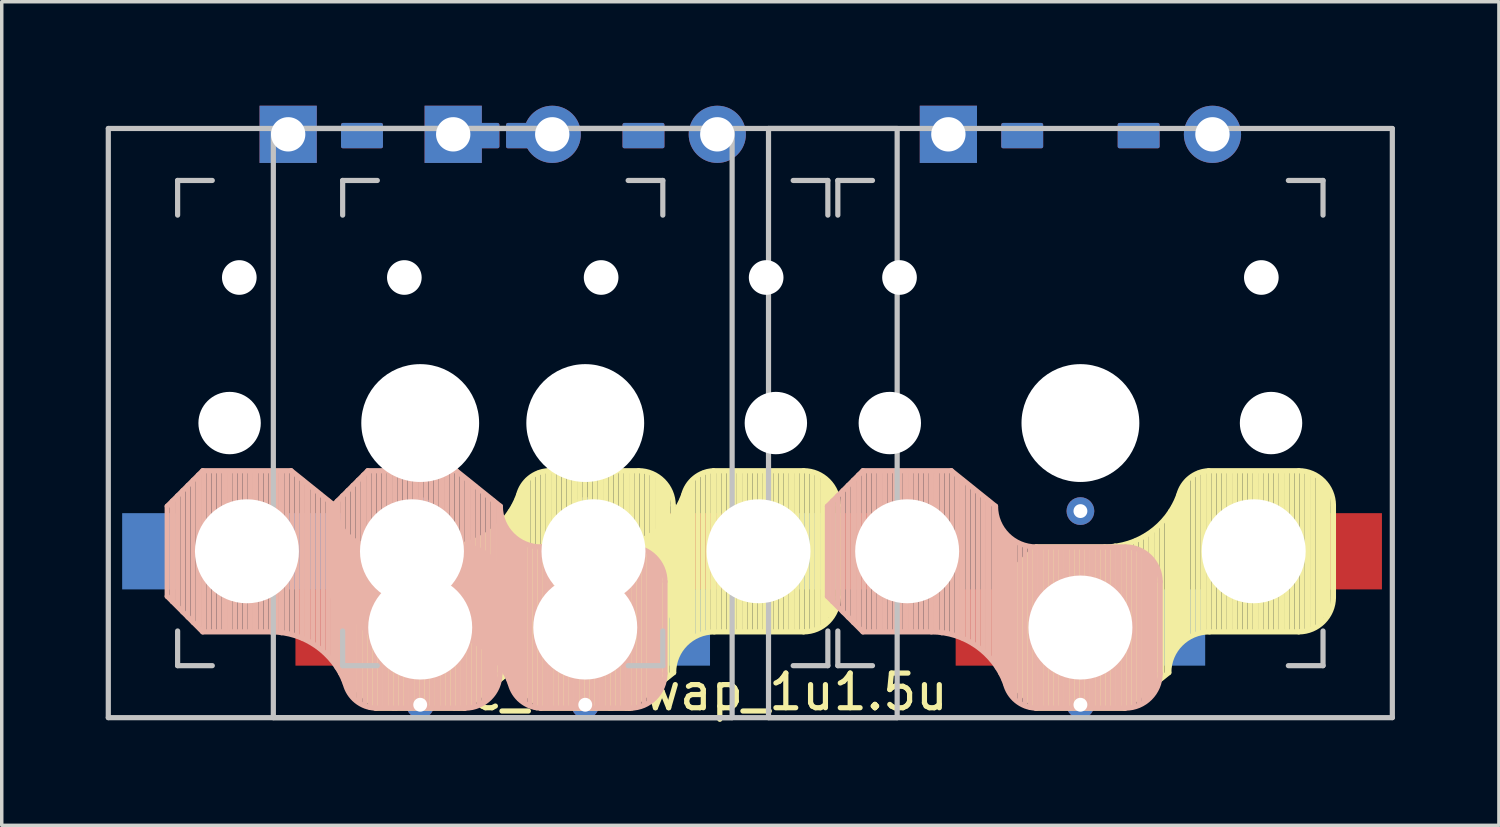
<source format=kicad_pcb>
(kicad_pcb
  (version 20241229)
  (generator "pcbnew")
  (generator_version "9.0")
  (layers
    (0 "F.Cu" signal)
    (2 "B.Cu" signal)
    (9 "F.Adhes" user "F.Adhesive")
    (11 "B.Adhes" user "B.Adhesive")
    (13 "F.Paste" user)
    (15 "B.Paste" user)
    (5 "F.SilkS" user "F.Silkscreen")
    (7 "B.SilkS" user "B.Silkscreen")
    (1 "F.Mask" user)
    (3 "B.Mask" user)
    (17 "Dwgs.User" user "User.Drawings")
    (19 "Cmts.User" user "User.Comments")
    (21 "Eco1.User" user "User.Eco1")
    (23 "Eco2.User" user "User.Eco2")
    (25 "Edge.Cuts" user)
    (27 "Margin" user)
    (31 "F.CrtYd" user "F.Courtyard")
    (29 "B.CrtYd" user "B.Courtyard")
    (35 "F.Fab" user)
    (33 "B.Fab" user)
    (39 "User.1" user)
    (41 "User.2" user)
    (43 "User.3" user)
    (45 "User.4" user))
  (footprint "Choc_Hotswap_1u1.5u"
    (layer "F.Cu")
    (at 13.837 9.157)
    (property "Reference" "Choc_Hotswap_1u1.5u" (at 2.192 7.759 0) (layer "F.SilkS") (effects (font (size 1 1) (thickness 0.15))))
    (attr through_hole)
    (fp_line (start -7.062 4.6) (end -6.037 3.575) (stroke (width 0.15) (type solid)) (layer "F.SilkS"))
    (fp_line (start -7.062 7.2) (end -7.062 4.6) (stroke (width 0.15) (type solid)) (layer "F.SilkS"))
    (fp_line (start -7.062 7.2) (end -6.037 8.225) (stroke (width 0.15) (type solid)) (layer "F.SilkS"))
    (fp_line (start -6.912 4.45) (end -6.912 7.35) (stroke (width 0.15) (type solid)) (layer "F.SilkS"))
    (fp_line (start -6.762 4.35) (end -6.762 7.5) (stroke (width 0.15) (type solid)) (layer "F.SilkS"))
    (fp_line (start -6.612 4.15) (end -6.612 7.65) (stroke (width 0.15) (type solid)) (layer "F.SilkS"))
    (fp_line (start -6.462 4) (end -6.462 7.8) (stroke (width 0.15) (type solid)) (layer "F.SilkS"))
    (fp_line (start -6.312 3.85) (end -6.312 7.95) (stroke (width 0.15) (type solid)) (layer "F.SilkS"))
    (fp_line (start -6.162 3.75) (end -6.162 8.1) (stroke (width 0.15) (type solid)) (layer "F.SilkS"))
    (fp_line (start -6.012 3.6) (end -6.012 8.2) (stroke (width 0.15) (type solid)) (layer "F.SilkS"))
    (fp_line (start -5.862 3.6) (end -5.862 8.2) (stroke (width 0.15) (type solid)) (layer "F.SilkS"))
    (fp_line (start -5.712 3.6) (end -5.712 8.2) (stroke (width 0.15) (type solid)) (layer "F.SilkS"))
    (fp_line (start -5.562 3.6) (end -5.562 8.2) (stroke (width 0.15) (type solid)) (layer "F.SilkS"))
    (fp_line (start -5.412 3.6) (end -5.412 8.2) (stroke (width 0.15) (type solid)) (layer "F.SilkS"))
    (fp_line (start -5.262 3.6) (end -5.262 8.2) (stroke (width 0.15) (type solid)) (layer "F.SilkS"))
    (fp_line (start -5.112 3.6) (end -5.112 8.2) (stroke (width 0.15) (type solid)) (layer "F.SilkS"))
    (fp_line (start -4.962 3.6) (end -4.962 8.2) (stroke (width 0.15) (type solid)) (layer "F.SilkS"))
    (fp_line (start -4.812 3.6) (end -4.812 8.2) (stroke (width 0.15) (type solid)) (layer "F.SilkS"))
    (fp_line (start -4.662 3.6) (end -4.662 8.2) (stroke (width 0.15) (type solid)) (layer "F.SilkS"))
    (fp_line (start -4.512 3.6) (end -4.512 8.2) (stroke (width 0.15) (type solid)) (layer "F.SilkS"))
    (fp_line (start -4.362 3.6) (end -4.362 8.2) (stroke (width 0.15) (type solid)) (layer "F.SilkS"))
    (fp_line (start -4.212 3.6) (end -4.212 8.2) (stroke (width 0.15) (type solid)) (layer "F.SilkS"))
    (fp_line (start -4.062 3.575) (end -6.037 3.575) (stroke (width 0.15) (type solid)) (layer "F.SilkS"))
    (fp_line (start -4.062 3.6) (end -4.062 8.2) (stroke (width 0.15) (type solid)) (layer "F.SilkS"))
    (fp_line (start -3.912 3.6) (end -3.912 8.15) (stroke (width 0.15) (type solid)) (layer "F.SilkS"))
    (fp_line (start -3.762 3.55) (end -3.762 8.2) (stroke (width 0.15) (type solid)) (layer "F.SilkS"))
    (fp_line (start -3.612 3.55) (end -3.612 8.2) (stroke (width 0.15) (type solid)) (layer "F.SilkS"))
    (fp_line (start -3.487 8.225) (end -6.037 8.225) (stroke (width 0.15) (type solid)) (layer "F.SilkS"))
    (fp_line (start -3.487 8.225) (end -2.212 7.2) (stroke (width 0.15) (type solid)) (layer "F.SilkS"))
    (fp_line (start -3.462 3.55) (end -3.462 8.15) (stroke (width 0.15) (type solid)) (layer "F.SilkS"))
    (fp_line (start -3.312 3.5) (end -3.312 8.05) (stroke (width 0.15) (type solid)) (layer "F.SilkS"))
    (fp_line (start -3.162 3.4) (end -3.162 7.95) (stroke (width 0.15) (type solid)) (layer "F.SilkS"))
    (fp_line (start -3.012 3.35) (end -3.012 7.8) (stroke (width 0.15) (type solid)) (layer "F.SilkS"))
    (fp_line (start -2.862 3.25) (end -2.862 7.7) (stroke (width 0.15) (type solid)) (layer "F.SilkS"))
    (fp_line (start -2.712 3.15) (end -2.712 7.55) (stroke (width 0.15) (type solid)) (layer "F.SilkS"))
    (fp_line (start -2.562 3.05) (end -2.562 7.45) (stroke (width 0.15) (type solid)) (layer "F.SilkS"))
    (fp_line (start -2.412 2.9) (end -2.412 7.35) (stroke (width 0.15) (type solid)) (layer "F.SilkS"))
    (fp_line (start -2.3 4.6) (end -1.275 3.575) (stroke (width 0.15) (type solid)) (layer "F.SilkS"))
    (fp_line (start -2.3 7.2) (end -2.3 4.6) (stroke (width 0.15) (type solid)) (layer "F.SilkS"))
    (fp_line (start -2.3 7.2) (end -1.275 8.225) (stroke (width 0.15) (type solid)) (layer "F.SilkS"))
    (fp_line (start -2.262 2.75) (end -2.262 7.2) (stroke (width 0.15) (type solid)) (layer "F.SilkS"))
    (fp_line (start -2.162 2.55) (end -2.162 6.7) (stroke (width 0.15) (type solid)) (layer "F.SilkS"))
    (fp_line (start -2.15 4.45) (end -2.15 7.35) (stroke (width 0.15) (type solid)) (layer "F.SilkS"))
    (fp_line (start -2.062 2.4) (end -2.062 6.55) (stroke (width 0.15) (type solid)) (layer "F.SilkS"))
    (fp_line (start -2 4.35) (end -2 7.5) (stroke (width 0.15) (type solid)) (layer "F.SilkS"))
    (fp_line (start -1.962 2.2) (end -1.962 6.35) (stroke (width 0.15) (type solid)) (layer "F.SilkS"))
    (fp_line (start -1.862 2.05) (end -1.862 6.25) (stroke (width 0.15) (type solid)) (layer "F.SilkS"))
    (fp_line (start -1.85 4.15) (end -1.85 7.65) (stroke (width 0.15) (type solid)) (layer "F.SilkS"))
    (fp_line (start -1.762 1.8) (end -1.762 6.2) (stroke (width 0.15) (type solid)) (layer "F.SilkS"))
    (fp_line (start -1.7 4) (end -1.7 7.8) (stroke (width 0.15) (type solid)) (layer "F.SilkS"))
    (fp_line (start -1.662 1.65) (end -1.662 6.15) (stroke (width 0.15) (type solid)) (layer "F.SilkS"))
    (fp_line (start -1.55 3.85) (end -1.55 7.95) (stroke (width 0.15) (type solid)) (layer "F.SilkS"))
    (fp_line (start -1.512 1.55) (end -1.512 6.1) (stroke (width 0.15) (type solid)) (layer "F.SilkS"))
    (fp_line (start -1.4 3.75) (end -1.4 8.1) (stroke (width 0.15) (type solid)) (layer "F.SilkS"))
    (fp_line (start -1.362 1.45) (end -1.362 6) (stroke (width 0.15) (type solid)) (layer "F.SilkS"))
    (fp_line (start -1.25 3.6) (end -1.25 8.2) (stroke (width 0.15) (type solid)) (layer "F.SilkS"))
    (fp_line (start -1.212 1.4) (end -1.212 6) (stroke (width 0.15) (type solid)) (layer "F.SilkS"))
    (fp_line (start -1.1 3.6) (end -1.1 8.2) (stroke (width 0.15) (type solid)) (layer "F.SilkS"))
    (fp_line (start -1.062 1.4) (end -1.062 6) (stroke (width 0.15) (type solid)) (layer "F.SilkS"))
    (fp_line (start -0.95 3.6) (end -0.95 8.2) (stroke (width 0.15) (type solid)) (layer "F.SilkS"))
    (fp_line (start -0.912 1.4) (end -0.912 5.95) (stroke (width 0.15) (type solid)) (layer "F.SilkS"))
    (fp_line (start -0.8 3.6) (end -0.8 8.2) (stroke (width 0.15) (type solid)) (layer "F.SilkS"))
    (fp_line (start -0.762 1.4) (end -0.762 6) (stroke (width 0.15) (type solid)) (layer "F.SilkS"))
    (fp_line (start -0.65 3.6) (end -0.65 8.2) (stroke (width 0.15) (type solid)) (layer "F.SilkS"))
    (fp_line (start -0.612 1.4) (end -0.612 6) (stroke (width 0.15) (type solid)) (layer "F.SilkS"))
    (fp_line (start -0.5 3.6) (end -0.5 8.2) (stroke (width 0.15) (type solid)) (layer "F.SilkS"))
    (fp_line (start -0.462 1.4) (end -0.462 6) (stroke (width 0.15) (type solid)) (layer "F.SilkS"))
    (fp_line (start -0.35 3.6) (end -0.35 8.2) (stroke (width 0.15) (type solid)) (layer "F.SilkS"))
    (fp_line (start -0.312 1.4) (end -0.312 6) (stroke (width 0.15) (type solid)) (layer "F.SilkS"))
    (fp_line (start -0.2 3.6) (end -0.2 8.2) (stroke (width 0.15) (type solid)) (layer "F.SilkS"))
    (fp_line (start -0.162 1.4) (end -0.162 6) (stroke (width 0.15) (type solid)) (layer "F.SilkS"))
    (fp_line (start -0.05 3.6) (end -0.05 8.2) (stroke (width 0.15) (type solid)) (layer "F.SilkS"))
    (fp_line (start -0.012 1.4) (end -0.012 6) (stroke (width 0.15) (type solid)) (layer "F.SilkS"))
    (fp_line (start 0.1 3.6) (end 0.1 8.2) (stroke (width 0.15) (type solid)) (layer "F.SilkS"))
    (fp_line (start 0.138 1.4) (end 0.138 6) (stroke (width 0.15) (type solid)) (layer "F.SilkS"))
    (fp_line (start 0.25 3.6) (end 0.25 8.2) (stroke (width 0.15) (type solid)) (layer "F.SilkS"))
    (fp_line (start 0.288 1.4) (end 0.288 6) (stroke (width 0.15) (type solid)) (layer "F.SilkS"))
    (fp_line (start 0.4 3.6) (end 0.4 8.2) (stroke (width 0.15) (type solid)) (layer "F.SilkS"))
    (fp_line (start 0.438 1.4) (end 0.438 6) (stroke (width 0.15) (type solid)) (layer "F.SilkS"))
    (fp_line (start 0.55 3.6) (end 0.55 8.2) (stroke (width 0.15) (type solid)) (layer "F.SilkS"))
    (fp_line (start 0.588 1.4) (end 0.588 6) (stroke (width 0.15) (type solid)) (layer "F.SilkS"))
    (fp_line (start 0.7 3.575) (end -1.275 3.575) (stroke (width 0.15) (type solid)) (layer "F.SilkS"))
    (fp_line (start 0.7 3.6) (end 0.7 8.2) (stroke (width 0.15) (type solid)) (layer "F.SilkS"))
    (fp_line (start 0.738 1.4) (end 0.738 6) (stroke (width 0.15) (type solid)) (layer "F.SilkS"))
    (fp_line (start 0.85 3.6) (end 0.85 8.15) (stroke (width 0.15) (type solid)) (layer "F.SilkS"))
    (fp_line (start 0.888 1.4) (end 0.888 6) (stroke (width 0.15) (type solid)) (layer "F.SilkS"))
    (fp_line (start 1 3.55) (end 1 8.2) (stroke (width 0.15) (type solid)) (layer "F.SilkS"))
    (fp_line (start 1.038 1.4) (end 1.038 6) (stroke (width 0.15) (type solid)) (layer "F.SilkS"))
    (fp_line (start 1.15 3.55) (end 1.15 8.2) (stroke (width 0.15) (type solid)) (layer "F.SilkS"))
    (fp_line (start 1.188 1.4) (end 1.188 6) (stroke (width 0.15) (type solid)) (layer "F.SilkS"))
    (fp_line (start 1.275 8.225) (end -1.275 8.225) (stroke (width 0.15) (type solid)) (layer "F.SilkS"))
    (fp_line (start 1.275 8.225) (end 2.55 7.2) (stroke (width 0.15) (type solid)) (layer "F.SilkS"))
    (fp_line (start 1.3 3.55) (end 1.3 8.15) (stroke (width 0.15) (type solid)) (layer "F.SilkS"))
    (fp_line (start 1.338 1.4) (end 1.338 6) (stroke (width 0.15) (type solid)) (layer "F.SilkS"))
    (fp_line (start 1.45 3.5) (end 1.45 8.05) (stroke (width 0.15) (type solid)) (layer "F.SilkS"))
    (fp_line (start 1.488 1.4) (end 1.488 6) (stroke (width 0.15) (type solid)) (layer "F.SilkS"))
    (fp_line (start 1.538 1.375) (end -1.062 1.375) (stroke (width 0.15) (type solid)) (layer "F.SilkS"))
    (fp_line (start 1.538 6.025) (end -1.037 6.025) (stroke (width 0.15) (type solid)) (layer "F.SilkS"))
    (fp_line (start 1.6 3.4) (end 1.6 7.95) (stroke (width 0.15) (type solid)) (layer "F.SilkS"))
    (fp_line (start 1.638 1.4) (end 1.638 5.95) (stroke (width 0.15) (type solid)) (layer "F.SilkS"))
    (fp_line (start 1.75 3.35) (end 1.75 7.8) (stroke (width 0.15) (type solid)) (layer "F.SilkS"))
    (fp_line (start 1.788 1.45) (end 1.788 5.95) (stroke (width 0.15) (type solid)) (layer "F.SilkS"))
    (fp_line (start 1.9 3.25) (end 1.9 7.7) (stroke (width 0.15) (type solid)) (layer "F.SilkS"))
    (fp_line (start 1.938 1.5) (end 1.938 5.9) (stroke (width 0.15) (type solid)) (layer "F.SilkS"))
    (fp_line (start 2.05 3.15) (end 2.05 7.55) (stroke (width 0.15) (type solid)) (layer "F.SilkS"))
    (fp_line (start 2.088 1.6) (end 2.088 5.8) (stroke (width 0.15) (type solid)) (layer "F.SilkS"))
    (fp_line (start 2.188 1.7) (end 2.188 5.65) (stroke (width 0.15) (type solid)) (layer "F.SilkS"))
    (fp_line (start 2.2 3.05) (end 2.2 7.45) (stroke (width 0.15) (type solid)) (layer "F.SilkS"))
    (fp_line (start 2.288 1.8) (end 2.288 5.55) (stroke (width 0.15) (type solid)) (layer "F.SilkS"))
    (fp_line (start 2.35 2.9) (end 2.35 7.35) (stroke (width 0.15) (type solid)) (layer "F.SilkS"))
    (fp_line (start 2.388 1.95) (end 2.388 5.5) (stroke (width 0.15) (type solid)) (layer "F.SilkS"))
    (fp_line (start 2.5 2.75) (end 2.5 7.2) (stroke (width 0.15) (type solid)) (layer "F.SilkS"))
    (fp_line (start 2.538 5.025) (end 2.538 2.375) (stroke (width 0.15) (type solid)) (layer "F.SilkS"))
    (fp_line (start 2.6 2.55) (end 2.6 6.7) (stroke (width 0.15) (type solid)) (layer "F.SilkS"))
    (fp_line (start 2.7 2.4) (end 2.7 6.55) (stroke (width 0.15) (type solid)) (layer "F.SilkS"))
    (fp_line (start 2.8 2.2) (end 2.8 6.35) (stroke (width 0.15) (type solid)) (layer "F.SilkS"))
    (fp_line (start 2.9 2.05) (end 2.9 6.25) (stroke (width 0.15) (type solid)) (layer "F.SilkS"))
    (fp_line (start 3 1.8) (end 3 6.2) (stroke (width 0.15) (type solid)) (layer "F.SilkS"))
    (fp_line (start 3.1 1.65) (end 3.1 6.15) (stroke (width 0.15) (type solid)) (layer "F.SilkS"))
    (fp_line (start 3.25 1.55) (end 3.25 6.1) (stroke (width 0.15) (type solid)) (layer "F.SilkS"))
    (fp_line (start 3.4 1.45) (end 3.4 6) (stroke (width 0.15) (type solid)) (layer "F.SilkS"))
    (fp_line (start 3.55 1.4) (end 3.55 6) (stroke (width 0.15) (type solid)) (layer "F.SilkS"))
    (fp_line (start 3.7 1.4) (end 3.7 6) (stroke (width 0.15) (type solid)) (layer "F.SilkS"))
    (fp_line (start 3.85 1.4) (end 3.85 5.95) (stroke (width 0.15) (type solid)) (layer "F.SilkS"))
    (fp_line (start 4 1.4) (end 4 6) (stroke (width 0.15) (type solid)) (layer "F.SilkS"))
    (fp_line (start 4.15 1.4) (end 4.15 6) (stroke (width 0.15) (type solid)) (layer "F.SilkS"))
    (fp_line (start 4.3 1.4) (end 4.3 6) (stroke (width 0.15) (type solid)) (layer "F.SilkS"))
    (fp_line (start 4.45 1.4) (end 4.45 6) (stroke (width 0.15) (type solid)) (layer "F.SilkS"))
    (fp_line (start 4.6 1.4) (end 4.6 6) (stroke (width 0.15) (type solid)) (layer "F.SilkS"))
    (fp_line (start 4.75 1.4) (end 4.75 6) (stroke (width 0.15) (type solid)) (layer "F.SilkS"))
    (fp_line (start 4.9 1.4) (end 4.9 6) (stroke (width 0.15) (type solid)) (layer "F.SilkS"))
    (fp_line (start 5.05 1.4) (end 5.05 6) (stroke (width 0.15) (type solid)) (layer "F.SilkS"))
    (fp_line (start 5.2 1.4) (end 5.2 6) (stroke (width 0.15) (type solid)) (layer "F.SilkS"))
    (fp_line (start 5.35 1.4) (end 5.35 6) (stroke (width 0.15) (type solid)) (layer "F.SilkS"))
    (fp_line (start 5.5 1.4) (end 5.5 6) (stroke (width 0.15) (type solid)) (layer "F.SilkS"))
    (fp_line (start 5.65 1.4) (end 5.65 6) (stroke (width 0.15) (type solid)) (layer "F.SilkS"))
    (fp_line (start 5.8 1.4) (end 5.8 6) (stroke (width 0.15) (type solid)) (layer "F.SilkS"))
    (fp_line (start 5.95 1.4) (end 5.95 6) (stroke (width 0.15) (type solid)) (layer "F.SilkS"))
    (fp_line (start 6.1 1.4) (end 6.1 6) (stroke (width 0.15) (type solid)) (layer "F.SilkS"))
    (fp_line (start 6.25 1.4) (end 6.25 6) (stroke (width 0.15) (type solid)) (layer "F.SilkS"))
    (fp_line (start 6.3 1.375) (end 3.7 1.375) (stroke (width 0.15) (type solid)) (layer "F.SilkS"))
    (fp_line (start 6.3 6.025) (end 3.725 6.025) (stroke (width 0.15) (type solid)) (layer "F.SilkS"))
    (fp_line (start 6.4 1.4) (end 6.4 5.95) (stroke (width 0.15) (type solid)) (layer "F.SilkS"))
    (fp_line (start 6.55 1.45) (end 6.55 5.95) (stroke (width 0.15) (type solid)) (layer "F.SilkS"))
    (fp_line (start 6.7 1.5) (end 6.7 5.9) (stroke (width 0.15) (type solid)) (layer "F.SilkS"))
    (fp_line (start 6.85 1.6) (end 6.85 5.8) (stroke (width 0.15) (type solid)) (layer "F.SilkS"))
    (fp_line (start 6.95 1.7) (end 6.95 5.65) (stroke (width 0.15) (type solid)) (layer "F.SilkS"))
    (fp_line (start 7.05 1.8) (end 7.05 5.55) (stroke (width 0.15) (type solid)) (layer "F.SilkS"))
    (fp_line (start 7.15 1.95) (end 7.15 5.5) (stroke (width 0.15) (type solid)) (layer "F.SilkS"))
    (fp_line (start 7.3 5.025) (end 7.3 2.375) (stroke (width 0.15) (type solid)) (layer "F.SilkS"))
    (fp_line (start 11.988 4.6) (end 13.013 3.575) (stroke (width 0.15) (type solid)) (layer "F.SilkS"))
    (fp_line (start 11.988 7.2) (end 11.988 4.6) (stroke (width 0.15) (type solid)) (layer "F.SilkS"))
    (fp_line (start 11.988 7.2) (end 13.013 8.225) (stroke (width 0.15) (type solid)) (layer "F.SilkS"))
    (fp_line (start 12.138 4.45) (end 12.138 7.35) (stroke (width 0.15) (type solid)) (layer "F.SilkS"))
    (fp_line (start 12.288 4.35) (end 12.288 7.5) (stroke (width 0.15) (type solid)) (layer "F.SilkS"))
    (fp_line (start 12.438 4.15) (end 12.438 7.65) (stroke (width 0.15) (type solid)) (layer "F.SilkS"))
    (fp_line (start 12.588 4) (end 12.588 7.8) (stroke (width 0.15) (type solid)) (layer "F.SilkS"))
    (fp_line (start 12.738 3.85) (end 12.738 7.95) (stroke (width 0.15) (type solid)) (layer "F.SilkS"))
    (fp_line (start 12.888 3.75) (end 12.888 8.1) (stroke (width 0.15) (type solid)) (layer "F.SilkS"))
    (fp_line (start 13.038 3.6) (end 13.038 8.2) (stroke (width 0.15) (type solid)) (layer "F.SilkS"))
    (fp_line (start 13.188 3.6) (end 13.188 8.2) (stroke (width 0.15) (type solid)) (layer "F.SilkS"))
    (fp_line (start 13.338 3.6) (end 13.338 8.2) (stroke (width 0.15) (type solid)) (layer "F.SilkS"))
    (fp_line (start 13.488 3.6) (end 13.488 8.2) (stroke (width 0.15) (type solid)) (layer "F.SilkS"))
    (fp_line (start 13.638 3.6) (end 13.638 8.2) (stroke (width 0.15) (type solid)) (layer "F.SilkS"))
    (fp_line (start 13.788 3.6) (end 13.788 8.2) (stroke (width 0.15) (type solid)) (layer "F.SilkS"))
    (fp_line (start 13.938 3.6) (end 13.938 8.2) (stroke (width 0.15) (type solid)) (layer "F.SilkS"))
    (fp_line (start 14.088 3.6) (end 14.088 8.2) (stroke (width 0.15) (type solid)) (layer "F.SilkS"))
    (fp_line (start 14.238 3.6) (end 14.238 8.2) (stroke (width 0.15) (type solid)) (layer "F.SilkS"))
    (fp_line (start 14.388 3.6) (end 14.388 8.2) (stroke (width 0.15) (type solid)) (layer "F.SilkS"))
    (fp_line (start 14.538 3.6) (end 14.538 8.2) (stroke (width 0.15) (type solid)) (layer "F.SilkS"))
    (fp_line (start 14.688 3.6) (end 14.688 8.2) (stroke (width 0.15) (type solid)) (layer "F.SilkS"))
    (fp_line (start 14.838 3.6) (end 14.838 8.2) (stroke (width 0.15) (type solid)) (layer "F.SilkS"))
    (fp_line (start 14.988 3.575) (end 13.013 3.575) (stroke (width 0.15) (type solid)) (layer "F.SilkS"))
    (fp_line (start 14.988 3.6) (end 14.988 8.2) (stroke (width 0.15) (type solid)) (layer "F.SilkS"))
    (fp_line (start 15.138 3.6) (end 15.138 8.15) (stroke (width 0.15) (type solid)) (layer "F.SilkS"))
    (fp_line (start 15.288 3.55) (end 15.288 8.2) (stroke (width 0.15) (type solid)) (layer "F.SilkS"))
    (fp_line (start 15.438 3.55) (end 15.438 8.2) (stroke (width 0.15) (type solid)) (layer "F.SilkS"))
    (fp_line (start 15.563 8.225) (end 13.013 8.225) (stroke (width 0.15) (type solid)) (layer "F.SilkS"))
    (fp_line (start 15.563 8.225) (end 16.838 7.2) (stroke (width 0.15) (type solid)) (layer "F.SilkS"))
    (fp_line (start 15.588 3.55) (end 15.588 8.15) (stroke (width 0.15) (type solid)) (layer "F.SilkS"))
    (fp_line (start 15.738 3.5) (end 15.738 8.05) (stroke (width 0.15) (type solid)) (layer "F.SilkS"))
    (fp_line (start 15.888 3.4) (end 15.888 7.95) (stroke (width 0.15) (type solid)) (layer "F.SilkS"))
    (fp_line (start 16.038 3.35) (end 16.038 7.8) (stroke (width 0.15) (type solid)) (layer "F.SilkS"))
    (fp_line (start 16.188 3.25) (end 16.188 7.7) (stroke (width 0.15) (type solid)) (layer "F.SilkS"))
    (fp_line (start 16.338 3.15) (end 16.338 7.55) (stroke (width 0.15) (type solid)) (layer "F.SilkS"))
    (fp_line (start 16.488 3.05) (end 16.488 7.45) (stroke (width 0.15) (type solid)) (layer "F.SilkS"))
    (fp_line (start 16.638 2.9) (end 16.638 7.35) (stroke (width 0.15) (type solid)) (layer "F.SilkS"))
    (fp_line (start 16.788 2.75) (end 16.788 7.2) (stroke (width 0.15) (type solid)) (layer "F.SilkS"))
    (fp_line (start 16.888 2.55) (end 16.888 6.7) (stroke (width 0.15) (type solid)) (layer "F.SilkS"))
    (fp_line (start 16.988 2.4) (end 16.988 6.55) (stroke (width 0.15) (type solid)) (layer "F.SilkS"))
    (fp_line (start 17.088 2.2) (end 17.088 6.35) (stroke (width 0.15) (type solid)) (layer "F.SilkS"))
    (fp_line (start 17.188 2.05) (end 17.188 6.25) (stroke (width 0.15) (type solid)) (layer "F.SilkS"))
    (fp_line (start 17.288 1.8) (end 17.288 6.2) (stroke (width 0.15) (type solid)) (layer "F.SilkS"))
    (fp_line (start 17.388 1.65) (end 17.388 6.15) (stroke (width 0.15) (type solid)) (layer "F.SilkS"))
    (fp_line (start 17.538 1.55) (end 17.538 6.1) (stroke (width 0.15) (type solid)) (layer "F.SilkS"))
    (fp_line (start 17.688 1.45) (end 17.688 6) (stroke (width 0.15) (type solid)) (layer "F.SilkS"))
    (fp_line (start 17.838 1.4) (end 17.838 6) (stroke (width 0.15) (type solid)) (layer "F.SilkS"))
    (fp_line (start 17.988 1.4) (end 17.988 6) (stroke (width 0.15) (type solid)) (layer "F.SilkS"))
    (fp_line (start 18.138 1.4) (end 18.138 5.95) (stroke (width 0.15) (type solid)) (layer "F.SilkS"))
    (fp_line (start 18.288 1.4) (end 18.288 6) (stroke (width 0.15) (type solid)) (layer "F.SilkS"))
    (fp_line (start 18.438 1.4) (end 18.438 6) (stroke (width 0.15) (type solid)) (layer "F.SilkS"))
    (fp_line (start 18.588 1.4) (end 18.588 6) (stroke (width 0.15) (type solid)) (layer "F.SilkS"))
    (fp_line (start 18.738 1.4) (end 18.738 6) (stroke (width 0.15) (type solid)) (layer "F.SilkS"))
    (fp_line (start 18.888 1.4) (end 18.888 6) (stroke (width 0.15) (type solid)) (layer "F.SilkS"))
    (fp_line (start 19.038 1.4) (end 19.038 6) (stroke (width 0.15) (type solid)) (layer "F.SilkS"))
    (fp_line (start 19.188 1.4) (end 19.188 6) (stroke (width 0.15) (type solid)) (layer "F.SilkS"))
    (fp_line (start 19.338 1.4) (end 19.338 6) (stroke (width 0.15) (type solid)) (layer "F.SilkS"))
    (fp_line (start 19.488 1.4) (end 19.488 6) (stroke (width 0.15) (type solid)) (layer "F.SilkS"))
    (fp_line (start 19.638 1.4) (end 19.638 6) (stroke (width 0.15) (type solid)) (layer "F.SilkS"))
    (fp_line (start 19.788 1.4) (end 19.788 6) (stroke (width 0.15) (type solid)) (layer "F.SilkS"))
    (fp_line (start 19.938 1.4) (end 19.938 6) (stroke (width 0.15) (type solid)) (layer "F.SilkS"))
    (fp_line (start 20.088 1.4) (end 20.088 6) (stroke (width 0.15) (type solid)) (layer "F.SilkS"))
    (fp_line (start 20.238 1.4) (end 20.238 6) (stroke (width 0.15) (type solid)) (layer "F.SilkS"))
    (fp_line (start 20.388 1.4) (end 20.388 6) (stroke (width 0.15) (type solid)) (layer "F.SilkS"))
    (fp_line (start 20.538 1.4) (end 20.538 6) (stroke (width 0.15) (type solid)) (layer "F.SilkS"))
    (fp_line (start 20.588 1.375) (end 17.988 1.375) (stroke (width 0.15) (type solid)) (layer "F.SilkS"))
    (fp_line (start 20.588 6.025) (end 18.013 6.025) (stroke (width 0.15) (type solid)) (layer "F.SilkS"))
    (fp_line (start 20.688 1.4) (end 20.688 5.95) (stroke (width 0.15) (type solid)) (layer "F.SilkS"))
    (fp_line (start 20.838 1.45) (end 20.838 5.95) (stroke (width 0.15) (type solid)) (layer "F.SilkS"))
    (fp_line (start 20.988 1.5) (end 20.988 5.9) (stroke (width 0.15) (type solid)) (layer "F.SilkS"))
    (fp_line (start 21.138 1.6) (end 21.138 5.8) (stroke (width 0.15) (type solid)) (layer "F.SilkS"))
    (fp_line (start 21.238 1.7) (end 21.238 5.65) (stroke (width 0.15) (type solid)) (layer "F.SilkS"))
    (fp_line (start 21.338 1.8) (end 21.338 5.55) (stroke (width 0.15) (type solid)) (layer "F.SilkS"))
    (fp_line (start 21.438 1.95) (end 21.438 5.5) (stroke (width 0.15) (type solid)) (layer "F.SilkS"))
    (fp_line (start 21.588 5.025) (end 21.588 2.375) (stroke (width 0.15) (type solid)) (layer "F.SilkS"))
    (fp_arc (start -2.212 7.2) (mid -1.86785 6.36915) (end -1.037 6.025) (stroke (width 0.15) (type solid)) (layer "F.SilkS"))
    (fp_arc (start -1.924199 2.078096) (mid -2.757113 3.163571) (end -4.062 3.575) (stroke (width 0.15) (type solid)) (layer "F.SilkS"))
    (fp_arc (start -1.924199 2.078096) (mid -1.610283 1.583981) (end -1.062995 1.376209) (stroke (width 0.15) (type solid)) (layer "F.SilkS"))
    (fp_arc (start 1.538 1.375) (mid 2.245107 1.667893) (end 2.538 2.375) (stroke (width 0.15) (type solid)) (layer "F.SilkS"))
    (fp_arc (start 2.538 5.025) (mid 2.245107 5.732107) (end 1.538 6.025) (stroke (width 0.15) (type solid)) (layer "F.SilkS"))
    (fp_arc (start 2.55 7.2) (mid 2.89415 6.36915) (end 3.725 6.025) (stroke (width 0.15) (type solid)) (layer "F.SilkS"))
    (fp_arc (start 2.837801 2.078096) (mid 2.004887 3.163571) (end 0.7 3.575) (stroke (width 0.15) (type solid)) (layer "F.SilkS"))
    (fp_arc (start 2.837801 2.078096) (mid 3.151717 1.583981) (end 3.699005 1.376209) (stroke (width 0.15) (type solid)) (layer "F.SilkS"))
    (fp_arc (start 6.3 1.375) (mid 7.007107 1.667893) (end 7.3 2.375) (stroke (width 0.15) (type solid)) (layer "F.SilkS"))
    (fp_arc (start 7.3 5.025) (mid 7.007107 5.732107) (end 6.3 6.025) (stroke (width 0.15) (type solid)) (layer "F.SilkS"))
    (fp_arc (start 16.838 7.2) (mid 17.18215 6.36915) (end 18.013 6.025) (stroke (width 0.15) (type solid)) (layer "F.SilkS"))
    (fp_arc (start 17.125801 2.078096) (mid 16.292887 3.163571) (end 14.988 3.575) (stroke (width 0.15) (type solid)) (layer "F.SilkS"))
    (fp_arc (start 17.125801 2.078096) (mid 17.439717 1.583981) (end 17.987005 1.376209) (stroke (width 0.15) (type solid)) (layer "F.SilkS"))
    (fp_arc (start 20.588 1.375) (mid 21.295107 1.667893) (end 21.588 2.375) (stroke (width 0.15) (type solid)) (layer "F.SilkS"))
    (fp_arc (start 21.588 5.025) (mid 21.295107 5.732107) (end 20.588 6.025) (stroke (width 0.15) (type solid)) (layer "F.SilkS"))
    (fp_line (start -12.062 2.4) (end -12.062 5) (stroke (width 0.15) (type solid)) (layer "B.SilkS"))
    (fp_line (start -12.062 2.4) (end -11.037 1.375) (stroke (width 0.15) (type solid)) (layer "B.SilkS"))
    (fp_line (start -12.062 5) (end -11.037 6.025) (stroke (width 0.15) (type solid)) (layer "B.SilkS"))
    (fp_line (start -11.912 5.15) (end -11.912 2.25) (stroke (width 0.15) (type solid)) (layer "B.SilkS"))
    (fp_line (start -11.762 5.25) (end -11.762 2.1) (stroke (width 0.15) (type solid)) (layer "B.SilkS"))
    (fp_line (start -11.612 5.45) (end -11.612 1.95) (stroke (width 0.15) (type solid)) (layer "B.SilkS"))
    (fp_line (start -11.462 5.6) (end -11.462 1.8) (stroke (width 0.15) (type solid)) (layer "B.SilkS"))
    (fp_line (start -11.312 5.75) (end -11.312 1.65) (stroke (width 0.15) (type solid)) (layer "B.SilkS"))
    (fp_line (start -11.162 5.85) (end -11.162 1.5) (stroke (width 0.15) (type solid)) (layer "B.SilkS"))
    (fp_line (start -11.012 6) (end -11.012 1.4) (stroke (width 0.15) (type solid)) (layer "B.SilkS"))
    (fp_line (start -10.862 6) (end -10.862 1.4) (stroke (width 0.15) (type solid)) (layer "B.SilkS"))
    (fp_line (start -10.712 6) (end -10.712 1.4) (stroke (width 0.15) (type solid)) (layer "B.SilkS"))
    (fp_line (start -10.562 6) (end -10.562 1.4) (stroke (width 0.15) (type solid)) (layer "B.SilkS"))
    (fp_line (start -10.412 6) (end -10.412 1.4) (stroke (width 0.15) (type solid)) (layer "B.SilkS"))
    (fp_line (start -10.262 6) (end -10.262 1.4) (stroke (width 0.15) (type solid)) (layer "B.SilkS"))
    (fp_line (start -10.112 6) (end -10.112 1.4) (stroke (width 0.15) (type solid)) (layer "B.SilkS"))
    (fp_line (start -9.962 6) (end -9.962 1.4) (stroke (width 0.15) (type solid)) (layer "B.SilkS"))
    (fp_line (start -9.812 6) (end -9.812 1.4) (stroke (width 0.15) (type solid)) (layer "B.SilkS"))
    (fp_line (start -9.662 6) (end -9.662 1.4) (stroke (width 0.15) (type solid)) (layer "B.SilkS"))
    (fp_line (start -9.512 6) (end -9.512 1.4) (stroke (width 0.15) (type solid)) (layer "B.SilkS"))
    (fp_line (start -9.362 6) (end -9.362 1.4) (stroke (width 0.15) (type solid)) (layer "B.SilkS"))
    (fp_line (start -9.212 6) (end -9.212 1.4) (stroke (width 0.15) (type solid)) (layer "B.SilkS"))
    (fp_line (start -9.062 6) (end -9.062 1.4) (stroke (width 0.15) (type solid)) (layer "B.SilkS"))
    (fp_line (start -9.062 6.025) (end -11.037 6.025) (stroke (width 0.15) (type solid)) (layer "B.SilkS"))
    (fp_line (start -8.912 6) (end -8.912 1.45) (stroke (width 0.15) (type solid)) (layer "B.SilkS"))
    (fp_line (start -8.762 6.05) (end -8.762 1.4) (stroke (width 0.15) (type solid)) (layer "B.SilkS"))
    (fp_line (start -8.612 6.05) (end -8.612 1.4) (stroke (width 0.15) (type solid)) (layer "B.SilkS"))
    (fp_line (start -8.487 1.375) (end -11.037 1.375) (stroke (width 0.15) (type solid)) (layer "B.SilkS"))
    (fp_line (start -8.487 1.375) (end -7.212 2.4) (stroke (width 0.15) (type solid)) (layer "B.SilkS"))
    (fp_line (start -8.462 6.05) (end -8.462 1.45) (stroke (width 0.15) (type solid)) (layer "B.SilkS"))
    (fp_line (start -8.312 6.1) (end -8.312 1.55) (stroke (width 0.15) (type solid)) (layer "B.SilkS"))
    (fp_line (start -8.162 6.2) (end -8.162 1.65) (stroke (width 0.15) (type solid)) (layer "B.SilkS"))
    (fp_line (start -8.012 6.25) (end -8.012 1.8) (stroke (width 0.15) (type solid)) (layer "B.SilkS"))
    (fp_line (start -7.862 6.35) (end -7.862 1.9) (stroke (width 0.15) (type solid)) (layer "B.SilkS"))
    (fp_line (start -7.712 6.45) (end -7.712 2.05) (stroke (width 0.15) (type solid)) (layer "B.SilkS"))
    (fp_line (start -7.562 6.55) (end -7.562 2.15) (stroke (width 0.15) (type solid)) (layer "B.SilkS"))
    (fp_line (start -7.412 6.7) (end -7.412 2.25) (stroke (width 0.15) (type solid)) (layer "B.SilkS"))
    (fp_line (start -7.3 2.4) (end -7.3 5) (stroke (width 0.15) (type solid)) (layer "B.SilkS"))
    (fp_line (start -7.3 2.4) (end -6.275 1.375) (stroke (width 0.15) (type solid)) (layer "B.SilkS"))
    (fp_line (start -7.3 5) (end -6.275 6.025) (stroke (width 0.15) (type solid)) (layer "B.SilkS"))
    (fp_line (start -7.262 6.85) (end -7.262 2.4) (stroke (width 0.15) (type solid)) (layer "B.SilkS"))
    (fp_line (start -7.162 7.05) (end -7.162 2.9) (stroke (width 0.15) (type solid)) (layer "B.SilkS"))
    (fp_line (start -7.15 5.15) (end -7.15 2.25) (stroke (width 0.15) (type solid)) (layer "B.SilkS"))
    (fp_line (start -7.062 7.2) (end -7.062 3.05) (stroke (width 0.15) (type solid)) (layer "B.SilkS"))
    (fp_line (start -7 5.25) (end -7 2.1) (stroke (width 0.15) (type solid)) (layer "B.SilkS"))
    (fp_line (start -6.962 7.4) (end -6.962 3.25) (stroke (width 0.15) (type solid)) (layer "B.SilkS"))
    (fp_line (start -6.862 7.55) (end -6.862 3.35) (stroke (width 0.15) (type solid)) (layer "B.SilkS"))
    (fp_line (start -6.85 5.45) (end -6.85 1.95) (stroke (width 0.15) (type solid)) (layer "B.SilkS"))
    (fp_line (start -6.762 7.8) (end -6.762 3.4) (stroke (width 0.15) (type solid)) (layer "B.SilkS"))
    (fp_line (start -6.7 5.6) (end -6.7 1.8) (stroke (width 0.15) (type solid)) (layer "B.SilkS"))
    (fp_line (start -6.662 7.95) (end -6.662 3.45) (stroke (width 0.15) (type solid)) (layer "B.SilkS"))
    (fp_line (start -6.55 5.75) (end -6.55 1.65) (stroke (width 0.15) (type solid)) (layer "B.SilkS"))
    (fp_line (start -6.512 8.05) (end -6.512 3.5) (stroke (width 0.15) (type solid)) (layer "B.SilkS"))
    (fp_line (start -6.4 5.85) (end -6.4 1.5) (stroke (width 0.15) (type solid)) (layer "B.SilkS"))
    (fp_line (start -6.362 8.15) (end -6.362 3.6) (stroke (width 0.15) (type solid)) (layer "B.SilkS"))
    (fp_line (start -6.25 6) (end -6.25 1.4) (stroke (width 0.15) (type solid)) (layer "B.SilkS"))
    (fp_line (start -6.212 8.2) (end -6.212 3.6) (stroke (width 0.15) (type solid)) (layer "B.SilkS"))
    (fp_line (start -6.1 6) (end -6.1 1.4) (stroke (width 0.15) (type solid)) (layer "B.SilkS"))
    (fp_line (start -6.062 8.2) (end -6.062 3.6) (stroke (width 0.15) (type solid)) (layer "B.SilkS"))
    (fp_line (start -5.95 6) (end -5.95 1.4) (stroke (width 0.15) (type solid)) (layer "B.SilkS"))
    (fp_line (start -5.912 8.2) (end -5.912 3.65) (stroke (width 0.15) (type solid)) (layer "B.SilkS"))
    (fp_line (start -5.8 6) (end -5.8 1.4) (stroke (width 0.15) (type solid)) (layer "B.SilkS"))
    (fp_line (start -5.762 8.2) (end -5.762 3.6) (stroke (width 0.15) (type solid)) (layer "B.SilkS"))
    (fp_line (start -5.65 6) (end -5.65 1.4) (stroke (width 0.15) (type solid)) (layer "B.SilkS"))
    (fp_line (start -5.612 8.2) (end -5.612 3.6) (stroke (width 0.15) (type solid)) (layer "B.SilkS"))
    (fp_line (start -5.5 6) (end -5.5 1.4) (stroke (width 0.15) (type solid)) (layer "B.SilkS"))
    (fp_line (start -5.462 8.2) (end -5.462 3.6) (stroke (width 0.15) (type solid)) (layer "B.SilkS"))
    (fp_line (start -5.35 6) (end -5.35 1.4) (stroke (width 0.15) (type solid)) (layer "B.SilkS"))
    (fp_line (start -5.312 8.2) (end -5.312 3.6) (stroke (width 0.15) (type solid)) (layer "B.SilkS"))
    (fp_line (start -5.2 6) (end -5.2 1.4) (stroke (width 0.15) (type solid)) (layer "B.SilkS"))
    (fp_line (start -5.162 8.2) (end -5.162 3.6) (stroke (width 0.15) (type solid)) (layer "B.SilkS"))
    (fp_line (start -5.05 6) (end -5.05 1.4) (stroke (width 0.15) (type solid)) (layer "B.SilkS"))
    (fp_line (start -5.012 8.2) (end -5.012 3.6) (stroke (width 0.15) (type solid)) (layer "B.SilkS"))
    (fp_line (start -4.9 6) (end -4.9 1.4) (stroke (width 0.15) (type solid)) (layer "B.SilkS"))
    (fp_line (start -4.862 8.2) (end -4.862 3.6) (stroke (width 0.15) (type solid)) (layer "B.SilkS"))
    (fp_line (start -4.75 6) (end -4.75 1.4) (stroke (width 0.15) (type solid)) (layer "B.SilkS"))
    (fp_line (start -4.712 8.2) (end -4.712 3.6) (stroke (width 0.15) (type solid)) (layer "B.SilkS"))
    (fp_line (start -4.6 6) (end -4.6 1.4) (stroke (width 0.15) (type solid)) (layer "B.SilkS"))
    (fp_line (start -4.562 8.2) (end -4.562 3.6) (stroke (width 0.15) (type solid)) (layer "B.SilkS"))
    (fp_line (start -4.45 6) (end -4.45 1.4) (stroke (width 0.15) (type solid)) (layer "B.SilkS"))
    (fp_line (start -4.412 8.2) (end -4.412 3.6) (stroke (width 0.15) (type solid)) (layer "B.SilkS"))
    (fp_line (start -4.3 6) (end -4.3 1.4) (stroke (width 0.15) (type solid)) (layer "B.SilkS"))
    (fp_line (start -4.3 6.025) (end -6.275 6.025) (stroke (width 0.15) (type solid)) (layer "B.SilkS"))
    (fp_line (start -4.262 8.2) (end -4.262 3.6) (stroke (width 0.15) (type solid)) (layer "B.SilkS"))
    (fp_line (start -4.15 6) (end -4.15 1.45) (stroke (width 0.15) (type solid)) (layer "B.SilkS"))
    (fp_line (start -4.112 8.2) (end -4.112 3.6) (stroke (width 0.15) (type solid)) (layer "B.SilkS"))
    (fp_line (start -4 6.05) (end -4 1.4) (stroke (width 0.15) (type solid)) (layer "B.SilkS"))
    (fp_line (start -3.962 8.2) (end -3.962 3.6) (stroke (width 0.15) (type solid)) (layer "B.SilkS"))
    (fp_line (start -3.85 6.05) (end -3.85 1.4) (stroke (width 0.15) (type solid)) (layer "B.SilkS"))
    (fp_line (start -3.812 8.2) (end -3.812 3.6) (stroke (width 0.15) (type solid)) (layer "B.SilkS"))
    (fp_line (start -3.725 1.375) (end -6.275 1.375) (stroke (width 0.15) (type solid)) (layer "B.SilkS"))
    (fp_line (start -3.725 1.375) (end -2.45 2.4) (stroke (width 0.15) (type solid)) (layer "B.SilkS"))
    (fp_line (start -3.7 6.05) (end -3.7 1.45) (stroke (width 0.15) (type solid)) (layer "B.SilkS"))
    (fp_line (start -3.662 8.2) (end -3.662 3.6) (stroke (width 0.15) (type solid)) (layer "B.SilkS"))
    (fp_line (start -3.55 6.1) (end -3.55 1.55) (stroke (width 0.15) (type solid)) (layer "B.SilkS"))
    (fp_line (start -3.512 8.2) (end -3.512 3.6) (stroke (width 0.15) (type solid)) (layer "B.SilkS"))
    (fp_line (start -3.462 3.575) (end -6.037 3.575) (stroke (width 0.15) (type solid)) (layer "B.SilkS"))
    (fp_line (start -3.462 8.225) (end -6.062 8.225) (stroke (width 0.15) (type solid)) (layer "B.SilkS"))
    (fp_line (start -3.4 6.2) (end -3.4 1.65) (stroke (width 0.15) (type solid)) (layer "B.SilkS"))
    (fp_line (start -3.362 8.2) (end -3.362 3.65) (stroke (width 0.15) (type solid)) (layer "B.SilkS"))
    (fp_line (start -3.25 6.25) (end -3.25 1.8) (stroke (width 0.15) (type solid)) (layer "B.SilkS"))
    (fp_line (start -3.212 8.15) (end -3.212 3.65) (stroke (width 0.15) (type solid)) (layer "B.SilkS"))
    (fp_line (start -3.1 6.35) (end -3.1 1.9) (stroke (width 0.15) (type solid)) (layer "B.SilkS"))
    (fp_line (start -3.062 8.1) (end -3.062 3.7) (stroke (width 0.15) (type solid)) (layer "B.SilkS"))
    (fp_line (start -2.95 6.45) (end -2.95 2.05) (stroke (width 0.15) (type solid)) (layer "B.SilkS"))
    (fp_line (start -2.912 8) (end -2.912 3.8) (stroke (width 0.15) (type solid)) (layer "B.SilkS"))
    (fp_line (start -2.812 7.9) (end -2.812 3.95) (stroke (width 0.15) (type solid)) (layer "B.SilkS"))
    (fp_line (start -2.8 6.55) (end -2.8 2.15) (stroke (width 0.15) (type solid)) (layer "B.SilkS"))
    (fp_line (start -2.712 7.8) (end -2.712 4.05) (stroke (width 0.15) (type solid)) (layer "B.SilkS"))
    (fp_line (start -2.65 6.7) (end -2.65 2.25) (stroke (width 0.15) (type solid)) (layer "B.SilkS"))
    (fp_line (start -2.612 7.65) (end -2.612 4.1) (stroke (width 0.15) (type solid)) (layer "B.SilkS"))
    (fp_line (start -2.5 6.85) (end -2.5 2.4) (stroke (width 0.15) (type solid)) (layer "B.SilkS"))
    (fp_line (start -2.462 4.575) (end -2.462 7.225) (stroke (width 0.15) (type solid)) (layer "B.SilkS"))
    (fp_line (start -2.4 7.05) (end -2.4 2.9) (stroke (width 0.15) (type solid)) (layer "B.SilkS"))
    (fp_line (start -2.3 7.2) (end -2.3 3.05) (stroke (width 0.15) (type solid)) (layer "B.SilkS"))
    (fp_line (start -2.2 7.4) (end -2.2 3.25) (stroke (width 0.15) (type solid)) (layer "B.SilkS"))
    (fp_line (start -2.1 7.55) (end -2.1 3.35) (stroke (width 0.15) (type solid)) (layer "B.SilkS"))
    (fp_line (start -2 7.8) (end -2 3.4) (stroke (width 0.15) (type solid)) (layer "B.SilkS"))
    (fp_line (start -1.9 7.95) (end -1.9 3.45) (stroke (width 0.15) (type solid)) (layer "B.SilkS"))
    (fp_line (start -1.75 8.05) (end -1.75 3.5) (stroke (width 0.15) (type solid)) (layer "B.SilkS"))
    (fp_line (start -1.6 8.15) (end -1.6 3.6) (stroke (width 0.15) (type solid)) (layer "B.SilkS"))
    (fp_line (start -1.45 8.2) (end -1.45 3.6) (stroke (width 0.15) (type solid)) (layer "B.SilkS"))
    (fp_line (start -1.3 8.2) (end -1.3 3.6) (stroke (width 0.15) (type solid)) (layer "B.SilkS"))
    (fp_line (start -1.15 8.2) (end -1.15 3.65) (stroke (width 0.15) (type solid)) (layer "B.SilkS"))
    (fp_line (start -1 8.2) (end -1 3.6) (stroke (width 0.15) (type solid)) (layer "B.SilkS"))
    (fp_line (start -0.85 8.2) (end -0.85 3.6) (stroke (width 0.15) (type solid)) (layer "B.SilkS"))
    (fp_line (start -0.7 8.2) (end -0.7 3.6) (stroke (width 0.15) (type solid)) (layer "B.SilkS"))
    (fp_line (start -0.55 8.2) (end -0.55 3.6) (stroke (width 0.15) (type solid)) (layer "B.SilkS"))
    (fp_line (start -0.4 8.2) (end -0.4 3.6) (stroke (width 0.15) (type solid)) (layer "B.SilkS"))
    (fp_line (start -0.25 8.2) (end -0.25 3.6) (stroke (width 0.15) (type solid)) (layer "B.SilkS"))
    (fp_line (start -0.1 8.2) (end -0.1 3.6) (stroke (width 0.15) (type solid)) (layer "B.SilkS"))
    (fp_line (start 0.05 8.2) (end 0.05 3.6) (stroke (width 0.15) (type solid)) (layer "B.SilkS"))
    (fp_line (start 0.2 8.2) (end 0.2 3.6) (stroke (width 0.15) (type solid)) (layer "B.SilkS"))
    (fp_line (start 0.35 8.2) (end 0.35 3.6) (stroke (width 0.15) (type solid)) (layer "B.SilkS"))
    (fp_line (start 0.5 8.2) (end 0.5 3.6) (stroke (width 0.15) (type solid)) (layer "B.SilkS"))
    (fp_line (start 0.65 8.2) (end 0.65 3.6) (stroke (width 0.15) (type solid)) (layer "B.SilkS"))
    (fp_line (start 0.8 8.2) (end 0.8 3.6) (stroke (width 0.15) (type solid)) (layer "B.SilkS"))
    (fp_line (start 0.95 8.2) (end 0.95 3.6) (stroke (width 0.15) (type solid)) (layer "B.SilkS"))
    (fp_line (start 1.1 8.2) (end 1.1 3.6) (stroke (width 0.15) (type solid)) (layer "B.SilkS"))
    (fp_line (start 1.25 8.2) (end 1.25 3.6) (stroke (width 0.15) (type solid)) (layer "B.SilkS"))
    (fp_line (start 1.3 3.575) (end -1.275 3.575) (stroke (width 0.15) (type solid)) (layer "B.SilkS"))
    (fp_line (start 1.3 8.225) (end -1.3 8.225) (stroke (width 0.15) (type solid)) (layer "B.SilkS"))
    (fp_line (start 1.4 8.2) (end 1.4 3.65) (stroke (width 0.15) (type solid)) (layer "B.SilkS"))
    (fp_line (start 1.55 8.15) (end 1.55 3.65) (stroke (width 0.15) (type solid)) (layer "B.SilkS"))
    (fp_line (start 1.7 8.1) (end 1.7 3.7) (stroke (width 0.15) (type solid)) (layer "B.SilkS"))
    (fp_line (start 1.85 8) (end 1.85 3.8) (stroke (width 0.15) (type solid)) (layer "B.SilkS"))
    (fp_line (start 1.95 7.9) (end 1.95 3.95) (stroke (width 0.15) (type solid)) (layer "B.SilkS"))
    (fp_line (start 2.05 7.8) (end 2.05 4.05) (stroke (width 0.15) (type solid)) (layer "B.SilkS"))
    (fp_line (start 2.15 7.65) (end 2.15 4.1) (stroke (width 0.15) (type solid)) (layer "B.SilkS"))
    (fp_line (start 2.3 4.575) (end 2.3 7.225) (stroke (width 0.15) (type solid)) (layer "B.SilkS"))
    (fp_line (start 6.988 2.4) (end 6.988 5) (stroke (width 0.15) (type solid)) (layer "B.SilkS"))
    (fp_line (start 6.988 2.4) (end 8.013 1.375) (stroke (width 0.15) (type solid)) (layer "B.SilkS"))
    (fp_line (start 6.988 5) (end 8.013 6.025) (stroke (width 0.15) (type solid)) (layer "B.SilkS"))
    (fp_line (start 7.138 5.15) (end 7.138 2.25) (stroke (width 0.15) (type solid)) (layer "B.SilkS"))
    (fp_line (start 7.288 5.25) (end 7.288 2.1) (stroke (width 0.15) (type solid)) (layer "B.SilkS"))
    (fp_line (start 7.438 5.45) (end 7.438 1.95) (stroke (width 0.15) (type solid)) (layer "B.SilkS"))
    (fp_line (start 7.588 5.6) (end 7.588 1.8) (stroke (width 0.15) (type solid)) (layer "B.SilkS"))
    (fp_line (start 7.738 5.75) (end 7.738 1.65) (stroke (width 0.15) (type solid)) (layer "B.SilkS"))
    (fp_line (start 7.888 5.85) (end 7.888 1.5) (stroke (width 0.15) (type solid)) (layer "B.SilkS"))
    (fp_line (start 8.038 6) (end 8.038 1.4) (stroke (width 0.15) (type solid)) (layer "B.SilkS"))
    (fp_line (start 8.188 6) (end 8.188 1.4) (stroke (width 0.15) (type solid)) (layer "B.SilkS"))
    (fp_line (start 8.338 6) (end 8.338 1.4) (stroke (width 0.15) (type solid)) (layer "B.SilkS"))
    (fp_line (start 8.488 6) (end 8.488 1.4) (stroke (width 0.15) (type solid)) (layer "B.SilkS"))
    (fp_line (start 8.638 6) (end 8.638 1.4) (stroke (width 0.15) (type solid)) (layer "B.SilkS"))
    (fp_line (start 8.788 6) (end 8.788 1.4) (stroke (width 0.15) (type solid)) (layer "B.SilkS"))
    (fp_line (start 8.938 6) (end 8.938 1.4) (stroke (width 0.15) (type solid)) (layer "B.SilkS"))
    (fp_line (start 9.088 6) (end 9.088 1.4) (stroke (width 0.15) (type solid)) (layer "B.SilkS"))
    (fp_line (start 9.238 6) (end 9.238 1.4) (stroke (width 0.15) (type solid)) (layer "B.SilkS"))
    (fp_line (start 9.388 6) (end 9.388 1.4) (stroke (width 0.15) (type solid)) (layer "B.SilkS"))
    (fp_line (start 9.538 6) (end 9.538 1.4) (stroke (width 0.15) (type solid)) (layer "B.SilkS"))
    (fp_line (start 9.688 6) (end 9.688 1.4) (stroke (width 0.15) (type solid)) (layer "B.SilkS"))
    (fp_line (start 9.838 6) (end 9.838 1.4) (stroke (width 0.15) (type solid)) (layer "B.SilkS"))
    (fp_line (start 9.988 6) (end 9.988 1.4) (stroke (width 0.15) (type solid)) (layer "B.SilkS"))
    (fp_line (start 9.988 6.025) (end 8.013 6.025) (stroke (width 0.15) (type solid)) (layer "B.SilkS"))
    (fp_line (start 10.138 6) (end 10.138 1.45) (stroke (width 0.15) (type solid)) (layer "B.SilkS"))
    (fp_line (start 10.288 6.05) (end 10.288 1.4) (stroke (width 0.15) (type solid)) (layer "B.SilkS"))
    (fp_line (start 10.438 6.05) (end 10.438 1.4) (stroke (width 0.15) (type solid)) (layer "B.SilkS"))
    (fp_line (start 10.563 1.375) (end 8.013 1.375) (stroke (width 0.15) (type solid)) (layer "B.SilkS"))
    (fp_line (start 10.563 1.375) (end 11.838 2.4) (stroke (width 0.15) (type solid)) (layer "B.SilkS"))
    (fp_line (start 10.588 6.05) (end 10.588 1.45) (stroke (width 0.15) (type solid)) (layer "B.SilkS"))
    (fp_line (start 10.738 6.1) (end 10.738 1.55) (stroke (width 0.15) (type solid)) (layer "B.SilkS"))
    (fp_line (start 10.888 6.2) (end 10.888 1.65) (stroke (width 0.15) (type solid)) (layer "B.SilkS"))
    (fp_line (start 11.038 6.25) (end 11.038 1.8) (stroke (width 0.15) (type solid)) (layer "B.SilkS"))
    (fp_line (start 11.188 6.35) (end 11.188 1.9) (stroke (width 0.15) (type solid)) (layer "B.SilkS"))
    (fp_line (start 11.338 6.45) (end 11.338 2.05) (stroke (width 0.15) (type solid)) (layer "B.SilkS"))
    (fp_line (start 11.488 6.55) (end 11.488 2.15) (stroke (width 0.15) (type solid)) (layer "B.SilkS"))
    (fp_line (start 11.638 6.7) (end 11.638 2.25) (stroke (width 0.15) (type solid)) (layer "B.SilkS"))
    (fp_line (start 11.788 6.85) (end 11.788 2.4) (stroke (width 0.15) (type solid)) (layer "B.SilkS"))
    (fp_line (start 11.888 7.05) (end 11.888 2.9) (stroke (width 0.15) (type solid)) (layer "B.SilkS"))
    (fp_line (start 11.988 7.2) (end 11.988 3.05) (stroke (width 0.15) (type solid)) (layer "B.SilkS"))
    (fp_line (start 12.088 7.4) (end 12.088 3.25) (stroke (width 0.15) (type solid)) (layer "B.SilkS"))
    (fp_line (start 12.188 7.55) (end 12.188 3.35) (stroke (width 0.15) (type solid)) (layer "B.SilkS"))
    (fp_line (start 12.288 7.8) (end 12.288 3.4) (stroke (width 0.15) (type solid)) (layer "B.SilkS"))
    (fp_line (start 12.388 7.95) (end 12.388 3.45) (stroke (width 0.15) (type solid)) (layer "B.SilkS"))
    (fp_line (start 12.538 8.05) (end 12.538 3.5) (stroke (width 0.15) (type solid)) (layer "B.SilkS"))
    (fp_line (start 12.688 8.15) (end 12.688 3.6) (stroke (width 0.15) (type solid)) (layer "B.SilkS"))
    (fp_line (start 12.838 8.2) (end 12.838 3.6) (stroke (width 0.15) (type solid)) (layer "B.SilkS"))
    (fp_line (start 12.988 8.2) (end 12.988 3.6) (stroke (width 0.15) (type solid)) (layer "B.SilkS"))
    (fp_line (start 13.138 8.2) (end 13.138 3.65) (stroke (width 0.15) (type solid)) (layer "B.SilkS"))
    (fp_line (start 13.288 8.2) (end 13.288 3.6) (stroke (width 0.15) (type solid)) (layer "B.SilkS"))
    (fp_line (start 13.438 8.2) (end 13.438 3.6) (stroke (width 0.15) (type solid)) (layer "B.SilkS"))
    (fp_line (start 13.588 8.2) (end 13.588 3.6) (stroke (width 0.15) (type solid)) (layer "B.SilkS"))
    (fp_line (start 13.738 8.2) (end 13.738 3.6) (stroke (width 0.15) (type solid)) (layer "B.SilkS"))
    (fp_line (start 13.888 8.2) (end 13.888 3.6) (stroke (width 0.15) (type solid)) (layer "B.SilkS"))
    (fp_line (start 14.038 8.2) (end 14.038 3.6) (stroke (width 0.15) (type solid)) (layer "B.SilkS"))
    (fp_line (start 14.188 8.2) (end 14.188 3.6) (stroke (width 0.15) (type solid)) (layer "B.SilkS"))
    (fp_line (start 14.338 8.2) (end 14.338 3.6) (stroke (width 0.15) (type solid)) (layer "B.SilkS"))
    (fp_line (start 14.488 8.2) (end 14.488 3.6) (stroke (width 0.15) (type solid)) (layer "B.SilkS"))
    (fp_line (start 14.638 8.2) (end 14.638 3.6) (stroke (width 0.15) (type solid)) (layer "B.SilkS"))
    (fp_line (start 14.788 8.2) (end 14.788 3.6) (stroke (width 0.15) (type solid)) (layer "B.SilkS"))
    (fp_line (start 14.938 8.2) (end 14.938 3.6) (stroke (width 0.15) (type solid)) (layer "B.SilkS"))
    (fp_line (start 15.088 8.2) (end 15.088 3.6) (stroke (width 0.15) (type solid)) (layer "B.SilkS"))
    (fp_line (start 15.238 8.2) (end 15.238 3.6) (stroke (width 0.15) (type solid)) (layer "B.SilkS"))
    (fp_line (start 15.388 8.2) (end 15.388 3.6) (stroke (width 0.15) (type solid)) (layer "B.SilkS"))
    (fp_line (start 15.538 8.2) (end 15.538 3.6) (stroke (width 0.15) (type solid)) (layer "B.SilkS"))
    (fp_line (start 15.588 3.575) (end 13.013 3.575) (stroke (width 0.15) (type solid)) (layer "B.SilkS"))
    (fp_line (start 15.588 8.225) (end 12.988 8.225) (stroke (width 0.15) (type solid)) (layer "B.SilkS"))
    (fp_line (start 15.688 8.2) (end 15.688 3.65) (stroke (width 0.15) (type solid)) (layer "B.SilkS"))
    (fp_line (start 15.838 8.15) (end 15.838 3.65) (stroke (width 0.15) (type solid)) (layer "B.SilkS"))
    (fp_line (start 15.988 8.1) (end 15.988 3.7) (stroke (width 0.15) (type solid)) (layer "B.SilkS"))
    (fp_line (start 16.138 8) (end 16.138 3.8) (stroke (width 0.15) (type solid)) (layer "B.SilkS"))
    (fp_line (start 16.238 7.9) (end 16.238 3.95) (stroke (width 0.15) (type solid)) (layer "B.SilkS"))
    (fp_line (start 16.338 7.8) (end 16.338 4.05) (stroke (width 0.15) (type solid)) (layer "B.SilkS"))
    (fp_line (start 16.438 7.65) (end 16.438 4.1) (stroke (width 0.15) (type solid)) (layer "B.SilkS"))
    (fp_line (start 16.588 4.575) (end 16.588 7.225) (stroke (width 0.15) (type solid)) (layer "B.SilkS"))
    (fp_arc (start -9.062 6.025) (mid -7.757114 6.436429) (end -6.924199 7.521904) (stroke (width 0.15) (type solid)) (layer "B.SilkS"))
    (fp_arc (start -6.062995 8.223791) (mid -6.610285 8.016022) (end -6.924199 7.521904) (stroke (width 0.15) (type solid)) (layer "B.SilkS"))
    (fp_arc (start -6.037 3.575) (mid -6.86785 3.23085) (end -7.212 2.4) (stroke (width 0.15) (type solid)) (layer "B.SilkS"))
    (fp_arc (start -4.3 6.025) (mid -2.995114 6.436429) (end -2.162199 7.521904) (stroke (width 0.15) (type solid)) (layer "B.SilkS"))
    (fp_arc (start -3.462 3.575) (mid -2.754893 3.867893) (end -2.462 4.575) (stroke (width 0.15) (type solid)) (layer "B.SilkS"))
    (fp_arc (start -2.462 7.225) (mid -2.754893 7.932107) (end -3.462 8.225) (stroke (width 0.15) (type solid)) (layer "B.SilkS"))
    (fp_arc (start -1.300995 8.223791) (mid -1.848286 8.016021) (end -2.162199 7.521904) (stroke (width 0.15) (type solid)) (layer "B.SilkS"))
    (fp_arc (start -1.275 3.575) (mid -2.10585 3.23085) (end -2.45 2.4) (stroke (width 0.15) (type solid)) (layer "B.SilkS"))
    (fp_arc (start 1.3 3.575) (mid 2.007107 3.867893) (end 2.3 4.575) (stroke (width 0.15) (type solid)) (layer "B.SilkS"))
    (fp_arc (start 2.3 7.225) (mid 2.007107 7.932107) (end 1.3 8.225) (stroke (width 0.15) (type solid)) (layer "B.SilkS"))
    (fp_arc (start 9.988 6.025) (mid 11.292886 6.436429) (end 12.125801 7.521904) (stroke (width 0.15) (type solid)) (layer "B.SilkS"))
    (fp_arc (start 12.987005 8.223791) (mid 12.439714 8.016021) (end 12.125801 7.521904) (stroke (width 0.15) (type solid)) (layer "B.SilkS"))
    (fp_arc (start 13.013 3.575) (mid 12.18215 3.23085) (end 11.838 2.4) (stroke (width 0.15) (type solid)) (layer "B.SilkS"))
    (fp_arc (start 15.588 3.575) (mid 16.295107 3.867893) (end 16.588 4.575) (stroke (width 0.15) (type solid)) (layer "B.SilkS"))
    (fp_arc (start 16.588 7.225) (mid 16.295107 7.932107) (end 15.588 8.225) (stroke (width 0.15) (type solid)) (layer "B.SilkS"))
    (fp_line (start -13.762 8.499) (end -13.762 -8.499) (stroke (width 0.15) (type solid)) (layer "Dwgs.User"))
    (fp_line (start -13.76 -8.5) (end 4.236 -8.5) (stroke (width 0.15) (type solid)) (layer "Dwgs.User"))
    (fp_line (start -11.762 -7) (end -10.762 -7) (stroke (width 0.15) (type solid)) (layer "Dwgs.User"))
    (fp_line (start -11.762 -6) (end -11.762 -7) (stroke (width 0.15) (type solid)) (layer "Dwgs.User"))
    (fp_line (start -11.762 7) (end -11.762 6) (stroke (width 0.15) (type solid)) (layer "Dwgs.User"))
    (fp_line (start -10.762 7) (end -11.762 7) (stroke (width 0.15) (type solid)) (layer "Dwgs.User"))
    (fp_line (start -9 8.499) (end -9 -8.499) (stroke (width 0.15) (type solid)) (layer "Dwgs.User"))
    (fp_line (start -8.998 -8.5) (end 8.998 -8.5) (stroke (width 0.15) (type solid)) (layer "Dwgs.User"))
    (fp_line (start -7 -7) (end -6 -7) (stroke (width 0.15) (type solid)) (layer "Dwgs.User"))
    (fp_line (start -7 -6) (end -7 -7) (stroke (width 0.15) (type solid)) (layer "Dwgs.User"))
    (fp_line (start -7 7) (end -7 6) (stroke (width 0.15) (type solid)) (layer "Dwgs.User"))
    (fp_line (start -6 7) (end -7 7) (stroke (width 0.15) (type solid)) (layer "Dwgs.User"))
    (fp_line (start 1.238 7) (end 2.238 7) (stroke (width 0.15) (type solid)) (layer "Dwgs.User"))
    (fp_line (start 2.238 -7) (end 1.238 -7) (stroke (width 0.15) (type solid)) (layer "Dwgs.User"))
    (fp_line (start 2.238 -6) (end 2.238 -7) (stroke (width 0.15) (type solid)) (layer "Dwgs.User"))
    (fp_line (start 2.238 7) (end 2.238 6) (stroke (width 0.15) (type solid)) (layer "Dwgs.User"))
    (fp_line (start 4.238 -8.498) (end 4.238 8.499) (stroke (width 0.15) (type solid)) (layer "Dwgs.User"))
    (fp_line (start 4.238 8.5) (end -13.762 8.5) (stroke (width 0.15) (type solid)) (layer "Dwgs.User"))
    (fp_line (start 5.288 8.499) (end 5.288 -8.499) (stroke (width 0.15) (type solid)) (layer "Dwgs.User"))
    (fp_line (start 5.29 -8.5) (end 23.286 -8.5) (stroke (width 0.15) (type solid)) (layer "Dwgs.User"))
    (fp_line (start 6 7) (end 7 7) (stroke (width 0.15) (type solid)) (layer "Dwgs.User"))
    (fp_line (start 7 -7) (end 6 -7) (stroke (width 0.15) (type solid)) (layer "Dwgs.User"))
    (fp_line (start 7 -6) (end 7 -7) (stroke (width 0.15) (type solid)) (layer "Dwgs.User"))
    (fp_line (start 7 7) (end 7 6) (stroke (width 0.15) (type solid)) (layer "Dwgs.User"))
    (fp_line (start 7.288 -7) (end 8.288 -7) (stroke (width 0.15) (type solid)) (layer "Dwgs.User"))
    (fp_line (start 7.288 -6) (end 7.288 -7) (stroke (width 0.15) (type solid)) (layer "Dwgs.User"))
    (fp_line (start 7.288 7) (end 7.288 6) (stroke (width 0.15) (type solid)) (layer "Dwgs.User"))
    (fp_line (start 8.288 7) (end 7.288 7) (stroke (width 0.15) (type solid)) (layer "Dwgs.User"))
    (fp_line (start 9 -8.498) (end 9 8.499) (stroke (width 0.15) (type solid)) (layer "Dwgs.User"))
    (fp_line (start 9 8.5) (end -9 8.5) (stroke (width 0.15) (type solid)) (layer "Dwgs.User"))
    (fp_line (start 20.288 7) (end 21.288 7) (stroke (width 0.15) (type solid)) (layer "Dwgs.User"))
    (fp_line (start 21.288 -7) (end 20.288 -7) (stroke (width 0.15) (type solid)) (layer "Dwgs.User"))
    (fp_line (start 21.288 -6) (end 21.288 -7) (stroke (width 0.15) (type solid)) (layer "Dwgs.User"))
    (fp_line (start 21.288 7) (end 21.288 6) (stroke (width 0.15) (type solid)) (layer "Dwgs.User"))
    (fp_line (start 23.288 -8.498) (end 23.288 8.499) (stroke (width 0.15) (type solid)) (layer "Dwgs.User"))
    (fp_line (start 23.288 8.5) (end 5.288 8.5) (stroke (width 0.15) (type solid)) (layer "Dwgs.User"))
    (pad "" np_thru_hole circle (at -10.262 0 90) (size 1.8 1.8) (drill 1.8) (layers "*.Cu" "*.Mask"))
    (pad "" np_thru_hole circle (at -9.982 -4.2 180) (size 1 1) (drill 1) (layers "*.Cu" "*.Mask"))
    (pad "" np_thru_hole circle (at -9.762 3.7 90) (size 3 3) (drill 3) (layers "*.Cu" "*.Mask"))
    (pad "" np_thru_hole circle (at -5.5 0 90) (size 1.8 1.8) (drill 1.8) (layers "*.Cu" "*.Mask"))
    (pad "" np_thru_hole circle (at -5.22 -4.2 180) (size 1 1) (drill 1) (layers "*.Cu" "*.Mask"))
    (pad "" np_thru_hole circle (at -5 3.7 90) (size 3 3) (drill 3) (layers "*.Cu" "*.Mask"))
    (pad "" np_thru_hole circle (at -4.762 0 90) (size 3.4 3.4) (drill 3.4) (layers "*.Cu" "*.Mask"))
    (pad "" np_thru_hole circle (at -4.762 5.9 90) (size 3 3) (drill 3) (layers "*.Cu" "*.Mask"))
    (pad "" np_thru_hole circle (at 0 0 90) (size 3.4 3.4) (drill 3.4) (layers "*.Cu" "*.Mask"))
    (pad "" np_thru_hole circle (at 0 5.9 90) (size 3 3) (drill 3) (layers "*.Cu" "*.Mask"))
    (pad "" np_thru_hole circle (at 0.238 3.7 270) (size 3 3) (drill 3) (layers "*.Cu" "*.Mask"))
    (pad "" np_thru_hole circle (at 0.458 -4.2 180) (size 1 1) (drill 1) (layers "*.Cu" "*.Mask"))
    (pad "" np_thru_hole circle (at 0.738 0 90) (size 1.8 1.8) (drill 1.8) (layers "*.Cu" "*.Mask"))
    (pad "" np_thru_hole circle (at 5 3.7 270) (size 3 3) (drill 3) (layers "*.Cu" "*.Mask"))
    (pad "" np_thru_hole circle (at 5.22 -4.2 180) (size 1 1) (drill 1) (layers "*.Cu" "*.Mask"))
    (pad "" np_thru_hole circle (at 5.5 0 90) (size 1.8 1.8) (drill 1.8) (layers "*.Cu" "*.Mask"))
    (pad "" np_thru_hole circle (at 8.788 0 90) (size 1.8 1.8) (drill 1.8) (layers "*.Cu" "*.Mask"))
    (pad "" np_thru_hole circle (at 9.068 -4.2 180) (size 1 1) (drill 1) (layers "*.Cu" "*.Mask"))
    (pad "" np_thru_hole circle (at 9.288 3.7 90) (size 3 3) (drill 3) (layers "*.Cu" "*.Mask"))
    (pad "" np_thru_hole circle (at 14.288 0 90) (size 3.4 3.4) (drill 3.4) (layers "*.Cu" "*.Mask"))
    (pad "" np_thru_hole circle (at 14.288 5.9 90) (size 3 3) (drill 3) (layers "*.Cu" "*.Mask"))
    (pad "" np_thru_hole circle (at 19.288 3.7 270) (size 3 3) (drill 3) (layers "*.Cu" "*.Mask"))
    (pad "" np_thru_hole circle (at 19.508 -4.2 180) (size 1 1) (drill 1) (layers "*.Cu" "*.Mask"))
    (pad "" np_thru_hole circle (at 19.788 0 90) (size 1.8 1.8) (drill 1.8) (layers "*.Cu" "*.Mask"))
    (pad "1" smd rect (at -12.562 3.7 180) (size 1.6 2.2) (layers "B.Cu" "B.Mask" "B.Paste"))
    (pad "1" smd rect (at -7.8 3.7 180) (size 1.6 2.2) (layers "B.Cu" "B.Mask" "B.Paste"))
    (pad "1" thru_hole circle (at -4.762 2.54 180) (size 0.8 0.8) (drill 0.4) (layers "*.Cu" "*.Mask"))
    (pad "1" thru_hole circle (at 0 2.54 180) (size 0.8 0.8) (drill 0.4) (layers "*.Cu" "*.Mask"))
    (pad "1" smd rect (at 3.138 3.7 180) (size 1.6 2.2) (layers "F.Cu" "F.Mask" "F.Paste"))
    (pad "1" smd rect (at 6.488 3.7 180) (size 1.6 2.2) (layers "B.Cu" "B.Mask" "B.Paste"))
    (pad "1" smd rect (at 7.9 3.7 180) (size 1.6 2.2) (layers "F.Cu" "F.Mask" "F.Paste"))
    (pad "1" thru_hole circle (at 14.288 2.54 180) (size 0.8 0.8) (drill 0.4) (layers "*.Cu" "*.Mask"))
    (pad "1" smd rect (at 22.188 3.7 180) (size 1.6 2.2) (layers "F.Cu" "F.Mask" "F.Paste"))
    (pad "2" smd rect (at -7.562 5.9 180) (size 1.6 2.2) (layers "F.Cu" "F.Mask" "F.Paste"))
    (pad "2" thru_hole circle (at -4.762 8.128 180) (size 0.8 0.8) (drill 0.4) (layers "*.Cu" "*.Mask"))
    (pad "2" smd rect (at -2.8 5.9 180) (size 1.6 2.2) (layers "F.Cu" "F.Mask" "F.Paste"))
    (pad "2" smd rect (at -1.962 5.9 180) (size 1.6 2.2) (layers "B.Cu" "B.Mask" "B.Paste"))
    (pad "2" thru_hole circle (at 0 8.128 180) (size 0.8 0.8) (drill 0.4) (layers "*.Cu" "*.Mask"))
    (pad "2" smd rect (at 2.8 5.9 180) (size 1.6 2.2) (layers "B.Cu" "B.Mask" "B.Paste"))
    (pad "2" smd rect (at 11.488 5.9 180) (size 1.6 2.2) (layers "F.Cu" "F.Mask" "F.Paste"))
    (pad "2" thru_hole circle (at 14.288 8.128 180) (size 0.8 0.8) (drill 0.4) (layers "*.Cu" "*.Mask"))
    (pad "2" smd rect (at 17.088 5.9 180) (size 1.6 2.2) (layers "B.Cu" "B.Mask" "B.Paste"))
    (pad "3" smd roundrect (at -3.082 -8.294 180) (size 1.21 0.73) (layers "F.Cu" "F.Mask" "F.Paste") (roundrect_rratio 0.07))
    (pad "3" smd roundrect (at -3.082 -8.294 180) (size 1.21 0.73) (layers "B.Cu" "B.Mask" "B.Paste") (roundrect_rratio 0.07))
    (pad "3" thru_hole circle (at -0.952 -8.331 180) (size 1.651 1.651) (drill 0.991) (layers "*.Cu" "*.Mask"))
    (pad "3" smd roundrect (at 1.68 -8.294 180) (size 1.21 0.73) (layers "F.Cu" "F.Mask" "F.Paste") (roundrect_rratio 0.07))
    (pad "3" smd roundrect (at 1.68 -8.294 180) (size 1.21 0.73) (layers "B.Cu" "B.Mask" "B.Paste") (roundrect_rratio 0.07))
    (pad "3" thru_hole circle (at 3.81 -8.331 180) (size 1.651 1.651) (drill 0.991) (layers "*.Cu" "*.Mask"))
    (pad "3" smd roundrect (at 15.968 -8.294 180) (size 1.21 0.73) (layers "F.Cu" "F.Mask" "F.Paste") (roundrect_rratio 0.07))
    (pad "3" smd roundrect (at 15.968 -8.294 180) (size 1.21 0.73) (layers "B.Cu" "B.Mask" "B.Paste") (roundrect_rratio 0.07))
    (pad "3" thru_hole circle (at 18.098 -8.331 180) (size 1.651 1.651) (drill 0.991) (layers "*.Cu" "*.Mask"))
    (pad "4" thru_hole rect (at -8.572 -8.331 180) (size 1.651 1.651) (drill 0.991) (layers "*.Cu" "*.Mask"))
    (pad "4" smd roundrect (at -6.442 -8.294 180) (size 1.21 0.73) (layers "F.Cu" "F.Mask" "F.Paste") (roundrect_rratio 0.07))
    (pad "4" smd roundrect (at -6.442 -8.294 180) (size 1.21 0.73) (layers "B.Cu" "B.Mask" "B.Paste") (roundrect_rratio 0.07))
    (pad "4" thru_hole rect (at -3.81 -8.331 180) (size 1.651 1.651) (drill 0.991) (layers "*.Cu" "*.Mask"))
    (pad "4" smd roundrect (at -1.68 -8.294 180) (size 1.21 0.73) (layers "F.Cu" "F.Mask" "F.Paste") (roundrect_rratio 0.07))
    (pad "4" smd roundrect (at -1.68 -8.294 180) (size 1.21 0.73) (layers "B.Cu" "B.Mask" "B.Paste") (roundrect_rratio 0.07))
    (pad "4" thru_hole rect (at 10.478 -8.331 180) (size 1.651 1.651) (drill 0.991) (layers "*.Cu" "*.Mask"))
    (pad "4" smd roundrect (at 12.608 -8.294 180) (size 1.21 0.73) (layers "F.Cu" "F.Mask" "F.Paste") (roundrect_rratio 0.07))
    (pad "4" smd roundrect (at 12.608 -8.294 180) (size 1.21 0.73) (layers "B.Cu" "B.Mask" "B.Paste") (roundrect_rratio 0.07)))
  (gr_rect
    (start -3 -3)
    (end 40.2 20.764)
    (stroke (width 0.1) (type default))
    (fill no)
    (layer "Edge.Cuts")))
</source>
